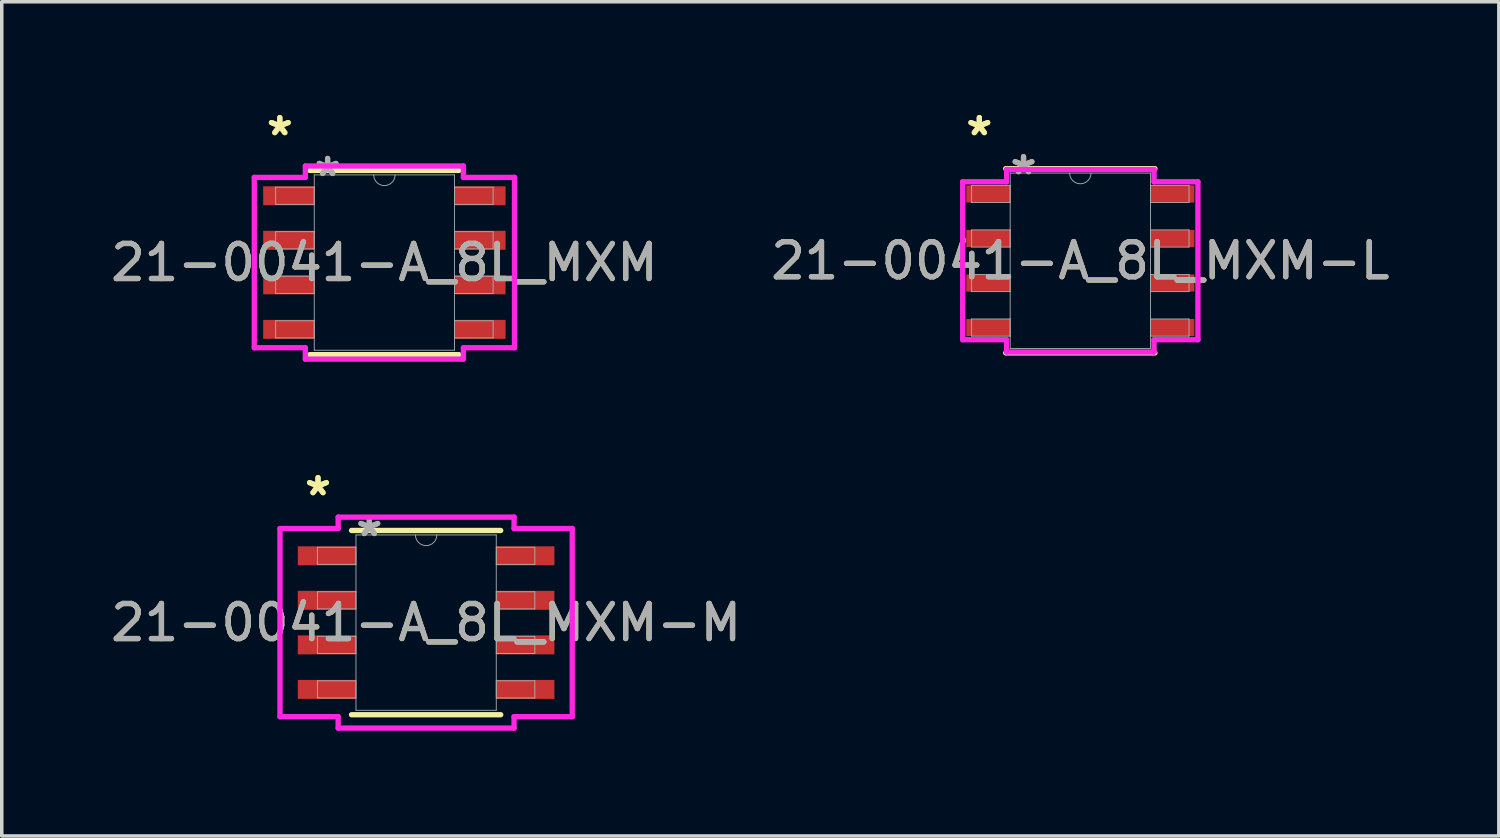
<source format=kicad_pcb>
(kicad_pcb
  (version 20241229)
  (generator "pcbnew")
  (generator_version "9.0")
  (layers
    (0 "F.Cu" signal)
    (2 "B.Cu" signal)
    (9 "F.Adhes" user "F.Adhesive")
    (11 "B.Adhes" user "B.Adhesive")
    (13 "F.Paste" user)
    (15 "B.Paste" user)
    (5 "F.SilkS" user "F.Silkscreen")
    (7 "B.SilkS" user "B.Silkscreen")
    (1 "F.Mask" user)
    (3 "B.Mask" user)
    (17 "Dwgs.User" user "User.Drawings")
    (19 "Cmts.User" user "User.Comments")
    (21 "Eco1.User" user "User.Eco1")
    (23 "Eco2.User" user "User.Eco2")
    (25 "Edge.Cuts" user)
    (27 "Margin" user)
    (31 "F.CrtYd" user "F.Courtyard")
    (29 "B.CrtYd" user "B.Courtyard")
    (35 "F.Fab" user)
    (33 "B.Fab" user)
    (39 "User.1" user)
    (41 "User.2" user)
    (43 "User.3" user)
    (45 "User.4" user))
  (footprint "21-0041-A_8L_MXM-L"
    (layer "F.Cu")
    (at 27.756 4.386)
    (property "Reference" "21-0041-A_8L_MXM-L" (at 0 0 0) (unlocked yes) (layer "F.SilkS") (effects (font (size 1 1) (thickness 0.15))))
    (attr smd)
    (fp_line (start -2.127 2.627) (end 2.127 2.627) (stroke (width 0.152) (type solid)) (layer "F.SilkS"))
    (fp_line (start 2.127 -2.627) (end -2.127 -2.627) (stroke (width 0.152) (type solid)) (layer "F.SilkS"))
    (fp_line (start -3.354 -2.252) (end -2.102 -2.252) (stroke (width 0.152) (type solid)) (layer "F.CrtYd"))
    (fp_line (start -3.354 2.252) (end -3.354 -2.252) (stroke (width 0.152) (type solid)) (layer "F.CrtYd"))
    (fp_line (start -3.354 2.252) (end -2.102 2.252) (stroke (width 0.152) (type solid)) (layer "F.CrtYd"))
    (fp_line (start -2.102 -2.602) (end 2.102 -2.602) (stroke (width 0.152) (type solid)) (layer "F.CrtYd"))
    (fp_line (start -2.102 -2.252) (end -2.102 -2.602) (stroke (width 0.152) (type solid)) (layer "F.CrtYd"))
    (fp_line (start -2.102 2.602) (end -2.102 2.252) (stroke (width 0.152) (type solid)) (layer "F.CrtYd"))
    (fp_line (start 2.102 -2.602) (end 2.102 -2.252) (stroke (width 0.152) (type solid)) (layer "F.CrtYd"))
    (fp_line (start 2.102 2.252) (end 2.102 2.602) (stroke (width 0.152) (type solid)) (layer "F.CrtYd"))
    (fp_line (start 2.102 2.602) (end -2.102 2.602) (stroke (width 0.152) (type solid)) (layer "F.CrtYd"))
    (fp_line (start 3.354 -2.252) (end 2.102 -2.252) (stroke (width 0.152) (type solid)) (layer "F.CrtYd"))
    (fp_line (start 3.354 -2.252) (end 3.354 2.252) (stroke (width 0.152) (type solid)) (layer "F.CrtYd"))
    (fp_line (start 3.354 2.252) (end 2.102 2.252) (stroke (width 0.152) (type solid)) (layer "F.CrtYd"))
    (fp_line (start -3.1 -2.15) (end -3.1 -1.66) (stroke (width 0.025) (type solid)) (layer "F.Fab"))
    (fp_line (start -3.1 -1.66) (end -2 -1.66) (stroke (width 0.025) (type solid)) (layer "F.Fab"))
    (fp_line (start -3.1 -0.88) (end -3.1 -0.39) (stroke (width 0.025) (type solid)) (layer "F.Fab"))
    (fp_line (start -3.1 -0.39) (end -2 -0.39) (stroke (width 0.025) (type solid)) (layer "F.Fab"))
    (fp_line (start -3.1 0.39) (end -3.1 0.88) (stroke (width 0.025) (type solid)) (layer "F.Fab"))
    (fp_line (start -3.1 0.88) (end -2 0.88) (stroke (width 0.025) (type solid)) (layer "F.Fab"))
    (fp_line (start -3.1 1.66) (end -3.1 2.15) (stroke (width 0.025) (type solid)) (layer "F.Fab"))
    (fp_line (start -3.1 2.15) (end -2 2.15) (stroke (width 0.025) (type solid)) (layer "F.Fab"))
    (fp_line (start -2 -2.5) (end -2 2.5) (stroke (width 0.025) (type solid)) (layer "F.Fab"))
    (fp_line (start -2 -2.15) (end -3.1 -2.15) (stroke (width 0.025) (type solid)) (layer "F.Fab"))
    (fp_line (start -2 -1.66) (end -2 -2.15) (stroke (width 0.025) (type solid)) (layer "F.Fab"))
    (fp_line (start -2 -0.88) (end -3.1 -0.88) (stroke (width 0.025) (type solid)) (layer "F.Fab"))
    (fp_line (start -2 -0.39) (end -2 -0.88) (stroke (width 0.025) (type solid)) (layer "F.Fab"))
    (fp_line (start -2 0.39) (end -3.1 0.39) (stroke (width 0.025) (type solid)) (layer "F.Fab"))
    (fp_line (start -2 0.88) (end -2 0.39) (stroke (width 0.025) (type solid)) (layer "F.Fab"))
    (fp_line (start -2 1.66) (end -3.1 1.66) (stroke (width 0.025) (type solid)) (layer "F.Fab"))
    (fp_line (start -2 2.15) (end -2 1.66) (stroke (width 0.025) (type solid)) (layer "F.Fab"))
    (fp_line (start -2 2.5) (end 2 2.5) (stroke (width 0.025) (type solid)) (layer "F.Fab"))
    (fp_line (start 2 -2.5) (end -2 -2.5) (stroke (width 0.025) (type solid)) (layer "F.Fab"))
    (fp_line (start 2 -2.15) (end 2 -1.66) (stroke (width 0.025) (type solid)) (layer "F.Fab"))
    (fp_line (start 2 -1.66) (end 3.1 -1.66) (stroke (width 0.025) (type solid)) (layer "F.Fab"))
    (fp_line (start 2 -0.88) (end 2 -0.39) (stroke (width 0.025) (type solid)) (layer "F.Fab"))
    (fp_line (start 2 -0.39) (end 3.1 -0.39) (stroke (width 0.025) (type solid)) (layer "F.Fab"))
    (fp_line (start 2 0.39) (end 2 0.88) (stroke (width 0.025) (type solid)) (layer "F.Fab"))
    (fp_line (start 2 0.88) (end 3.1 0.88) (stroke (width 0.025) (type solid)) (layer "F.Fab"))
    (fp_line (start 2 1.66) (end 2 2.15) (stroke (width 0.025) (type solid)) (layer "F.Fab"))
    (fp_line (start 2 2.15) (end 3.1 2.15) (stroke (width 0.025) (type solid)) (layer "F.Fab"))
    (fp_line (start 2 2.5) (end 2 -2.5) (stroke (width 0.025) (type solid)) (layer "F.Fab"))
    (fp_line (start 3.1 -2.15) (end 2 -2.15) (stroke (width 0.025) (type solid)) (layer "F.Fab"))
    (fp_line (start 3.1 -1.66) (end 3.1 -2.15) (stroke (width 0.025) (type solid)) (layer "F.Fab"))
    (fp_line (start 3.1 -0.88) (end 2 -0.88) (stroke (width 0.025) (type solid)) (layer "F.Fab"))
    (fp_line (start 3.1 -0.39) (end 3.1 -0.88) (stroke (width 0.025) (type solid)) (layer "F.Fab"))
    (fp_line (start 3.1 0.39) (end 2 0.39) (stroke (width 0.025) (type solid)) (layer "F.Fab"))
    (fp_line (start 3.1 0.88) (end 3.1 0.39) (stroke (width 0.025) (type solid)) (layer "F.Fab"))
    (fp_line (start 3.1 1.66) (end 2 1.66) (stroke (width 0.025) (type solid)) (layer "F.Fab"))
    (fp_line (start 3.1 2.15) (end 3.1 1.66) (stroke (width 0.025) (type solid)) (layer "F.Fab"))
    (fp_arc (start 0.3048 -2.5) (mid 0 -2.1952) (end -0.3048 -2.5) (stroke (width 0.0254) (type solid)) (layer "F.Fab"))
    (fp_text user "*" (at -2.88 -3.538 0) (layer "F.SilkS") (effects (font (size 1 1) (thickness 0.15))))
    (fp_text user "*" (at -2.88 -3.538 0) (unlocked yes) (layer "F.SilkS") (effects (font (size 1 1) (thickness 0.15))))
    (fp_text user "*" (at -1.619 -2.424 0) (layer "F.Fab") (effects (font (size 1 1) (thickness 0.15))))
    (fp_text user "${REFERENCE}" (at 0 0 0) (unlocked yes) (layer "F.Fab") (effects (font (size 1 1) (thickness 0.15))))
    (fp_text user "*" (at -1.619 -2.424 0) (unlocked yes) (layer "F.Fab") (effects (font (size 1 1) (thickness 0.15))))
    (pad "1" smd rect (at -2.626 -1.905) (size 1.252 0.49) (layers "F.Cu" "F.Mask" "F.Paste"))
    (pad "2" smd rect (at -2.626 -0.635) (size 1.252 0.49) (layers "F.Cu" "F.Mask" "F.Paste"))
    (pad "3" smd rect (at -2.626 0.635) (size 1.252 0.49) (layers "F.Cu" "F.Mask" "F.Paste"))
    (pad "4" smd rect (at -2.626 1.905) (size 1.252 0.49) (layers "F.Cu" "F.Mask" "F.Paste"))
    (pad "5" smd rect (at 2.626 1.905) (size 1.252 0.49) (layers "F.Cu" "F.Mask" "F.Paste"))
    (pad "6" smd rect (at 2.626 0.635) (size 1.252 0.49) (layers "F.Cu" "F.Mask" "F.Paste"))
    (pad "7" smd rect (at 2.626 -0.635) (size 1.252 0.49) (layers "F.Cu" "F.Mask" "F.Paste"))
    (pad "8" smd rect (at 2.626 -1.905) (size 1.252 0.49) (layers "F.Cu" "F.Mask" "F.Paste")))
  (footprint "21-0041-A_8L_MXM"
    (layer "F.Cu")
    (at 7.911 4.437)
    (property "Reference" "21-0041-A_8L_MXM" (at 0 0 0) (unlocked yes) (layer "F.SilkS") (effects (font (size 1 1) (thickness 0.15))))
    (attr smd)
    (fp_line (start -2.127 2.627) (end 2.127 2.627) (stroke (width 0.152) (type solid)) (layer "F.SilkS"))
    (fp_line (start 2.127 -2.627) (end -2.127 -2.627) (stroke (width 0.152) (type solid)) (layer "F.SilkS"))
    (fp_line (start -3.71 -2.429) (end -2.254 -2.429) (stroke (width 0.152) (type solid)) (layer "F.CrtYd"))
    (fp_line (start -3.71 2.429) (end -3.71 -2.429) (stroke (width 0.152) (type solid)) (layer "F.CrtYd"))
    (fp_line (start -3.71 2.429) (end -2.254 2.429) (stroke (width 0.152) (type solid)) (layer "F.CrtYd"))
    (fp_line (start -2.254 -2.754) (end 2.254 -2.754) (stroke (width 0.152) (type solid)) (layer "F.CrtYd"))
    (fp_line (start -2.254 -2.429) (end -2.254 -2.754) (stroke (width 0.152) (type solid)) (layer "F.CrtYd"))
    (fp_line (start -2.254 2.754) (end -2.254 2.429) (stroke (width 0.152) (type solid)) (layer "F.CrtYd"))
    (fp_line (start 2.254 -2.754) (end 2.254 -2.429) (stroke (width 0.152) (type solid)) (layer "F.CrtYd"))
    (fp_line (start 2.254 2.429) (end 2.254 2.754) (stroke (width 0.152) (type solid)) (layer "F.CrtYd"))
    (fp_line (start 2.254 2.754) (end -2.254 2.754) (stroke (width 0.152) (type solid)) (layer "F.CrtYd"))
    (fp_line (start 3.71 -2.429) (end 2.254 -2.429) (stroke (width 0.152) (type solid)) (layer "F.CrtYd"))
    (fp_line (start 3.71 -2.429) (end 3.71 2.429) (stroke (width 0.152) (type solid)) (layer "F.CrtYd"))
    (fp_line (start 3.71 2.429) (end 2.254 2.429) (stroke (width 0.152) (type solid)) (layer "F.CrtYd"))
    (fp_line (start -3.1 -2.15) (end -3.1 -1.66) (stroke (width 0.025) (type solid)) (layer "F.Fab"))
    (fp_line (start -3.1 -1.66) (end -2 -1.66) (stroke (width 0.025) (type solid)) (layer "F.Fab"))
    (fp_line (start -3.1 -0.88) (end -3.1 -0.39) (stroke (width 0.025) (type solid)) (layer "F.Fab"))
    (fp_line (start -3.1 -0.39) (end -2 -0.39) (stroke (width 0.025) (type solid)) (layer "F.Fab"))
    (fp_line (start -3.1 0.39) (end -3.1 0.88) (stroke (width 0.025) (type solid)) (layer "F.Fab"))
    (fp_line (start -3.1 0.88) (end -2 0.88) (stroke (width 0.025) (type solid)) (layer "F.Fab"))
    (fp_line (start -3.1 1.66) (end -3.1 2.15) (stroke (width 0.025) (type solid)) (layer "F.Fab"))
    (fp_line (start -3.1 2.15) (end -2 2.15) (stroke (width 0.025) (type solid)) (layer "F.Fab"))
    (fp_line (start -2 -2.5) (end -2 2.5) (stroke (width 0.025) (type solid)) (layer "F.Fab"))
    (fp_line (start -2 -2.15) (end -3.1 -2.15) (stroke (width 0.025) (type solid)) (layer "F.Fab"))
    (fp_line (start -2 -1.66) (end -2 -2.15) (stroke (width 0.025) (type solid)) (layer "F.Fab"))
    (fp_line (start -2 -0.88) (end -3.1 -0.88) (stroke (width 0.025) (type solid)) (layer "F.Fab"))
    (fp_line (start -2 -0.39) (end -2 -0.88) (stroke (width 0.025) (type solid)) (layer "F.Fab"))
    (fp_line (start -2 0.39) (end -3.1 0.39) (stroke (width 0.025) (type solid)) (layer "F.Fab"))
    (fp_line (start -2 0.88) (end -2 0.39) (stroke (width 0.025) (type solid)) (layer "F.Fab"))
    (fp_line (start -2 1.66) (end -3.1 1.66) (stroke (width 0.025) (type solid)) (layer "F.Fab"))
    (fp_line (start -2 2.15) (end -2 1.66) (stroke (width 0.025) (type solid)) (layer "F.Fab"))
    (fp_line (start -2 2.5) (end 2 2.5) (stroke (width 0.025) (type solid)) (layer "F.Fab"))
    (fp_line (start 2 -2.5) (end -2 -2.5) (stroke (width 0.025) (type solid)) (layer "F.Fab"))
    (fp_line (start 2 -2.15) (end 2 -1.66) (stroke (width 0.025) (type solid)) (layer "F.Fab"))
    (fp_line (start 2 -1.66) (end 3.1 -1.66) (stroke (width 0.025) (type solid)) (layer "F.Fab"))
    (fp_line (start 2 -0.88) (end 2 -0.39) (stroke (width 0.025) (type solid)) (layer "F.Fab"))
    (fp_line (start 2 -0.39) (end 3.1 -0.39) (stroke (width 0.025) (type solid)) (layer "F.Fab"))
    (fp_line (start 2 0.39) (end 2 0.88) (stroke (width 0.025) (type solid)) (layer "F.Fab"))
    (fp_line (start 2 0.88) (end 3.1 0.88) (stroke (width 0.025) (type solid)) (layer "F.Fab"))
    (fp_line (start 2 1.66) (end 2 2.15) (stroke (width 0.025) (type solid)) (layer "F.Fab"))
    (fp_line (start 2 2.15) (end 3.1 2.15) (stroke (width 0.025) (type solid)) (layer "F.Fab"))
    (fp_line (start 2 2.5) (end 2 -2.5) (stroke (width 0.025) (type solid)) (layer "F.Fab"))
    (fp_line (start 3.1 -2.15) (end 2 -2.15) (stroke (width 0.025) (type solid)) (layer "F.Fab"))
    (fp_line (start 3.1 -1.66) (end 3.1 -2.15) (stroke (width 0.025) (type solid)) (layer "F.Fab"))
    (fp_line (start 3.1 -0.88) (end 2 -0.88) (stroke (width 0.025) (type solid)) (layer "F.Fab"))
    (fp_line (start 3.1 -0.39) (end 3.1 -0.88) (stroke (width 0.025) (type solid)) (layer "F.Fab"))
    (fp_line (start 3.1 0.39) (end 2 0.39) (stroke (width 0.025) (type solid)) (layer "F.Fab"))
    (fp_line (start 3.1 0.88) (end 3.1 0.39) (stroke (width 0.025) (type solid)) (layer "F.Fab"))
    (fp_line (start 3.1 1.66) (end 2 1.66) (stroke (width 0.025) (type solid)) (layer "F.Fab"))
    (fp_line (start 3.1 2.15) (end 3.1 1.66) (stroke (width 0.025) (type solid)) (layer "F.Fab"))
    (fp_arc (start 0.3048 -2.5) (mid 0 -2.1952) (end -0.3048 -2.5) (stroke (width 0.0254) (type solid)) (layer "F.Fab"))
    (fp_text user "*" (at -2.982 -3.589 0) (unlocked yes) (layer "F.SilkS") (effects (font (size 1 1) (thickness 0.15))))
    (fp_text user "*" (at -2.982 -3.589 0) (layer "F.SilkS") (effects (font (size 1 1) (thickness 0.15))))
    (fp_text user "*" (at -1.619 -2.424 0) (unlocked yes) (layer "F.Fab") (effects (font (size 1 1) (thickness 0.15))))
    (fp_text user "*" (at -1.619 -2.424 0) (layer "F.Fab") (effects (font (size 1 1) (thickness 0.15))))
    (fp_text user "${REFERENCE}" (at 0 0 0) (unlocked yes) (layer "F.Fab") (effects (font (size 1 1) (thickness 0.15))))
    (pad "1" smd rect (at -2.728 -1.905) (size 1.456 0.541) (layers "F.Cu" "F.Mask" "F.Paste"))
    (pad "2" smd rect (at -2.728 -0.635) (size 1.456 0.541) (layers "F.Cu" "F.Mask" "F.Paste"))
    (pad "3" smd rect (at -2.728 0.635) (size 1.456 0.541) (layers "F.Cu" "F.Mask" "F.Paste"))
    (pad "4" smd rect (at -2.728 1.905) (size 1.456 0.541) (layers "F.Cu" "F.Mask" "F.Paste"))
    (pad "5" smd rect (at 2.728 1.905) (size 1.456 0.541) (layers "F.Cu" "F.Mask" "F.Paste"))
    (pad "6" smd rect (at 2.728 0.635) (size 1.456 0.541) (layers "F.Cu" "F.Mask" "F.Paste"))
    (pad "7" smd rect (at 2.728 -0.635) (size 1.456 0.541) (layers "F.Cu" "F.Mask" "F.Paste"))
    (pad "8" smd rect (at 2.728 -1.905) (size 1.456 0.541) (layers "F.Cu" "F.Mask" "F.Paste")))
  (footprint "21-0041-A_8L_MXM-M"
    (layer "F.Cu")
    (at 9.101 14.704)
    (property "Reference" "21-0041-A_8L_MXM-M" (at 0 0 0) (unlocked yes) (layer "F.SilkS") (effects (font (size 1 1) (thickness 0.15))))
    (attr smd)
    (fp_line (start -2.127 2.627) (end 2.127 2.627) (stroke (width 0.152) (type solid)) (layer "F.SilkS"))
    (fp_line (start 2.127 -2.627) (end -2.127 -2.627) (stroke (width 0.152) (type solid)) (layer "F.SilkS"))
    (fp_line (start -4.167 -2.683) (end -2.508 -2.683) (stroke (width 0.152) (type solid)) (layer "F.CrtYd"))
    (fp_line (start -4.167 2.683) (end -4.167 -2.683) (stroke (width 0.152) (type solid)) (layer "F.CrtYd"))
    (fp_line (start -4.167 2.683) (end -2.508 2.683) (stroke (width 0.152) (type solid)) (layer "F.CrtYd"))
    (fp_line (start -2.508 -3.008) (end 2.508 -3.008) (stroke (width 0.152) (type solid)) (layer "F.CrtYd"))
    (fp_line (start -2.508 -2.683) (end -2.508 -3.008) (stroke (width 0.152) (type solid)) (layer "F.CrtYd"))
    (fp_line (start -2.508 3.008) (end -2.508 2.683) (stroke (width 0.152) (type solid)) (layer "F.CrtYd"))
    (fp_line (start 2.508 -3.008) (end 2.508 -2.683) (stroke (width 0.152) (type solid)) (layer "F.CrtYd"))
    (fp_line (start 2.508 2.683) (end 2.508 3.008) (stroke (width 0.152) (type solid)) (layer "F.CrtYd"))
    (fp_line (start 2.508 3.008) (end -2.508 3.008) (stroke (width 0.152) (type solid)) (layer "F.CrtYd"))
    (fp_line (start 4.167 -2.683) (end 2.508 -2.683) (stroke (width 0.152) (type solid)) (layer "F.CrtYd"))
    (fp_line (start 4.167 -2.683) (end 4.167 2.683) (stroke (width 0.152) (type solid)) (layer "F.CrtYd"))
    (fp_line (start 4.167 2.683) (end 2.508 2.683) (stroke (width 0.152) (type solid)) (layer "F.CrtYd"))
    (fp_line (start -3.1 -2.15) (end -3.1 -1.66) (stroke (width 0.025) (type solid)) (layer "F.Fab"))
    (fp_line (start -3.1 -1.66) (end -2 -1.66) (stroke (width 0.025) (type solid)) (layer "F.Fab"))
    (fp_line (start -3.1 -0.88) (end -3.1 -0.39) (stroke (width 0.025) (type solid)) (layer "F.Fab"))
    (fp_line (start -3.1 -0.39) (end -2 -0.39) (stroke (width 0.025) (type solid)) (layer "F.Fab"))
    (fp_line (start -3.1 0.39) (end -3.1 0.88) (stroke (width 0.025) (type solid)) (layer "F.Fab"))
    (fp_line (start -3.1 0.88) (end -2 0.88) (stroke (width 0.025) (type solid)) (layer "F.Fab"))
    (fp_line (start -3.1 1.66) (end -3.1 2.15) (stroke (width 0.025) (type solid)) (layer "F.Fab"))
    (fp_line (start -3.1 2.15) (end -2 2.15) (stroke (width 0.025) (type solid)) (layer "F.Fab"))
    (fp_line (start -2 -2.5) (end -2 2.5) (stroke (width 0.025) (type solid)) (layer "F.Fab"))
    (fp_line (start -2 -2.15) (end -3.1 -2.15) (stroke (width 0.025) (type solid)) (layer "F.Fab"))
    (fp_line (start -2 -1.66) (end -2 -2.15) (stroke (width 0.025) (type solid)) (layer "F.Fab"))
    (fp_line (start -2 -0.88) (end -3.1 -0.88) (stroke (width 0.025) (type solid)) (layer "F.Fab"))
    (fp_line (start -2 -0.39) (end -2 -0.88) (stroke (width 0.025) (type solid)) (layer "F.Fab"))
    (fp_line (start -2 0.39) (end -3.1 0.39) (stroke (width 0.025) (type solid)) (layer "F.Fab"))
    (fp_line (start -2 0.88) (end -2 0.39) (stroke (width 0.025) (type solid)) (layer "F.Fab"))
    (fp_line (start -2 1.66) (end -3.1 1.66) (stroke (width 0.025) (type solid)) (layer "F.Fab"))
    (fp_line (start -2 2.15) (end -2 1.66) (stroke (width 0.025) (type solid)) (layer "F.Fab"))
    (fp_line (start -2 2.5) (end 2 2.5) (stroke (width 0.025) (type solid)) (layer "F.Fab"))
    (fp_line (start 2 -2.5) (end -2 -2.5) (stroke (width 0.025) (type solid)) (layer "F.Fab"))
    (fp_line (start 2 -2.15) (end 2 -1.66) (stroke (width 0.025) (type solid)) (layer "F.Fab"))
    (fp_line (start 2 -1.66) (end 3.1 -1.66) (stroke (width 0.025) (type solid)) (layer "F.Fab"))
    (fp_line (start 2 -0.88) (end 2 -0.39) (stroke (width 0.025) (type solid)) (layer "F.Fab"))
    (fp_line (start 2 -0.39) (end 3.1 -0.39) (stroke (width 0.025) (type solid)) (layer "F.Fab"))
    (fp_line (start 2 0.39) (end 2 0.88) (stroke (width 0.025) (type solid)) (layer "F.Fab"))
    (fp_line (start 2 0.88) (end 3.1 0.88) (stroke (width 0.025) (type solid)) (layer "F.Fab"))
    (fp_line (start 2 1.66) (end 2 2.15) (stroke (width 0.025) (type solid)) (layer "F.Fab"))
    (fp_line (start 2 2.15) (end 3.1 2.15) (stroke (width 0.025) (type solid)) (layer "F.Fab"))
    (fp_line (start 2 2.5) (end 2 -2.5) (stroke (width 0.025) (type solid)) (layer "F.Fab"))
    (fp_line (start 3.1 -2.15) (end 2 -2.15) (stroke (width 0.025) (type solid)) (layer "F.Fab"))
    (fp_line (start 3.1 -1.66) (end 3.1 -2.15) (stroke (width 0.025) (type solid)) (layer "F.Fab"))
    (fp_line (start 3.1 -0.88) (end 2 -0.88) (stroke (width 0.025) (type solid)) (layer "F.Fab"))
    (fp_line (start 3.1 -0.39) (end 3.1 -0.88) (stroke (width 0.025) (type solid)) (layer "F.Fab"))
    (fp_line (start 3.1 0.39) (end 2 0.39) (stroke (width 0.025) (type solid)) (layer "F.Fab"))
    (fp_line (start 3.1 0.88) (end 3.1 0.39) (stroke (width 0.025) (type solid)) (layer "F.Fab"))
    (fp_line (start 3.1 1.66) (end 2 1.66) (stroke (width 0.025) (type solid)) (layer "F.Fab"))
    (fp_line (start 3.1 2.15) (end 3.1 1.66) (stroke (width 0.025) (type solid)) (layer "F.Fab"))
    (fp_arc (start 0.3048 -2.5) (mid 0 -2.1952) (end -0.3048 -2.5) (stroke (width 0.0254) (type solid)) (layer "F.Fab"))
    (fp_text user "*" (at -3.083 -3.589 0) (layer "F.SilkS") (effects (font (size 1 1) (thickness 0.15))))
    (fp_text user "*" (at -3.083 -3.589 0) (unlocked yes) (layer "F.SilkS") (effects (font (size 1 1) (thickness 0.15))))
    (fp_text user "*" (at -1.619 -2.424 0) (unlocked yes) (layer "F.Fab") (effects (font (size 1 1) (thickness 0.15))))
    (fp_text user "*" (at -1.619 -2.424 0) (layer "F.Fab") (effects (font (size 1 1) (thickness 0.15))))
    (fp_text user "${REFERENCE}" (at 0 0 0) (unlocked yes) (layer "F.Fab") (effects (font (size 1 1) (thickness 0.15))))
    (pad "1" smd rect (at -2.829 -1.905) (size 1.659 0.541) (layers "F.Cu" "F.Mask" "F.Paste"))
    (pad "2" smd rect (at -2.829 -0.635) (size 1.659 0.541) (layers "F.Cu" "F.Mask" "F.Paste"))
    (pad "3" smd rect (at -2.829 0.635) (size 1.659 0.541) (layers "F.Cu" "F.Mask" "F.Paste"))
    (pad "4" smd rect (at -2.829 1.905) (size 1.659 0.541) (layers "F.Cu" "F.Mask" "F.Paste"))
    (pad "5" smd rect (at 2.829 1.905) (size 1.659 0.541) (layers "F.Cu" "F.Mask" "F.Paste"))
    (pad "6" smd rect (at 2.829 0.635) (size 1.659 0.541) (layers "F.Cu" "F.Mask" "F.Paste"))
    (pad "7" smd rect (at 2.829 -0.635) (size 1.659 0.541) (layers "F.Cu" "F.Mask" "F.Paste"))
    (pad "8" smd rect (at 2.829 -1.905) (size 1.659 0.541) (layers "F.Cu" "F.Mask" "F.Paste")))
  (gr_rect
    (start -3 -3)
    (end 39.69 20.788)
    (stroke (width 0.1) (type default))
    (fill no)
    (layer "Edge.Cuts")))
</source>
